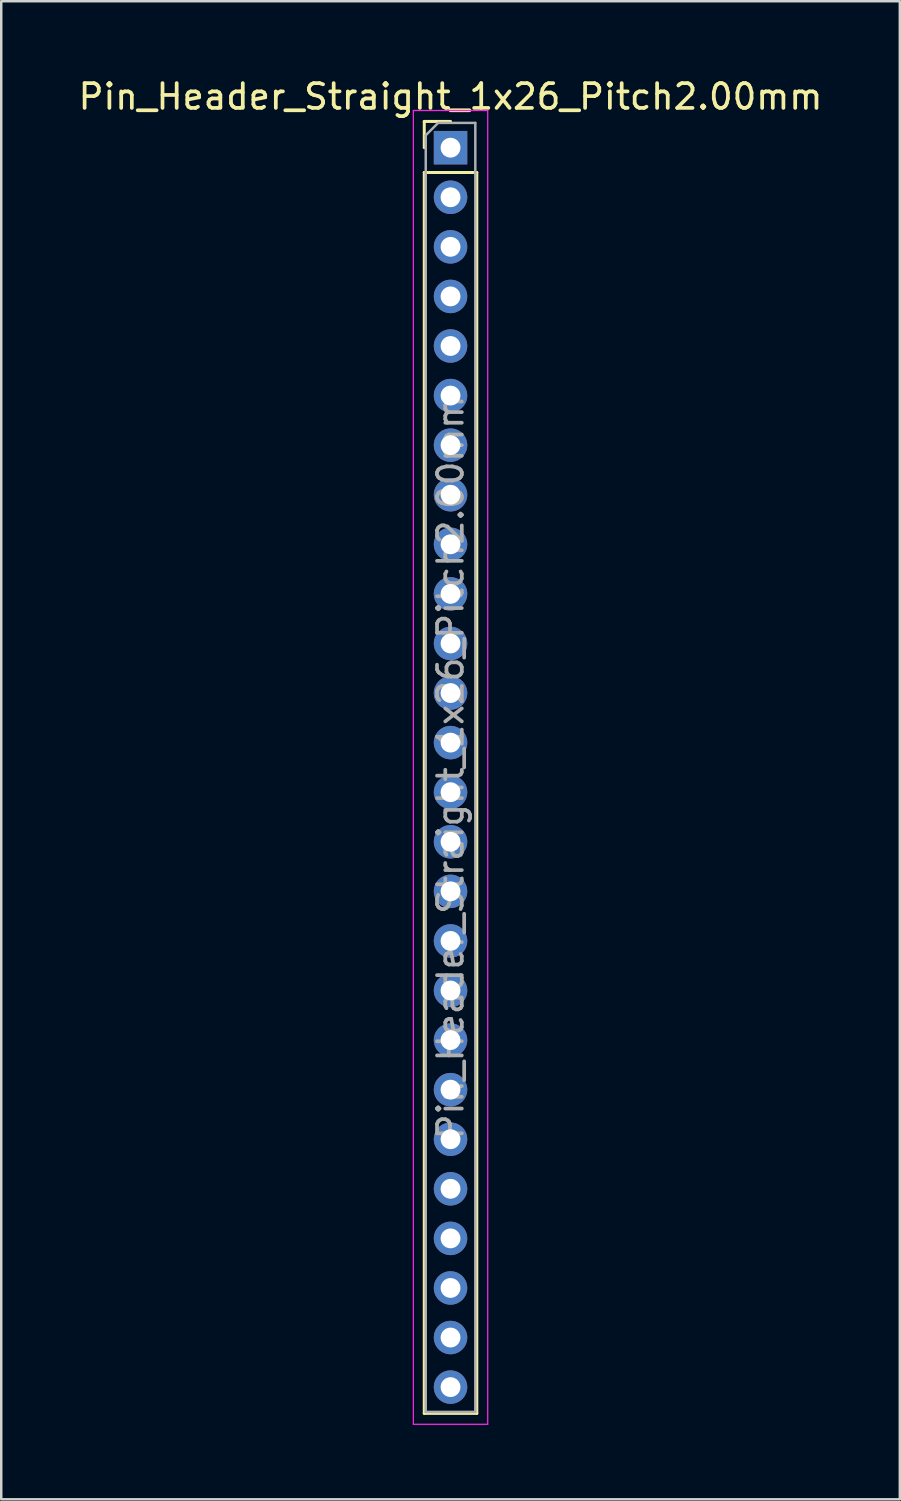
<source format=kicad_pcb>
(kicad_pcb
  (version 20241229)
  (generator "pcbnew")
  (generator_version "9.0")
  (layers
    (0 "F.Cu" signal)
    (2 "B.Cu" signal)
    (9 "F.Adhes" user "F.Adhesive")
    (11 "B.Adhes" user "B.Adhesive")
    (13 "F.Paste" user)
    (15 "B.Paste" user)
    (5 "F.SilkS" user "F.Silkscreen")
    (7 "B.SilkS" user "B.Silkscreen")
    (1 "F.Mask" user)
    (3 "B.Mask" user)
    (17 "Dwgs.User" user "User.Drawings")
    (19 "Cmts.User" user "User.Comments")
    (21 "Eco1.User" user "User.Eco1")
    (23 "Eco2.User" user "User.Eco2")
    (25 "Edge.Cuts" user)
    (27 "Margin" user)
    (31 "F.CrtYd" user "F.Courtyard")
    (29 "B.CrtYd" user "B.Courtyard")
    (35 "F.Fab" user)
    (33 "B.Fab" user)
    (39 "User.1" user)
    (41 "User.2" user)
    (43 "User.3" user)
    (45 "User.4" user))
  (footprint "Pin_Header_Straight_1x26_Pitch2.00mm"
    (layer "F.Cu")
    (at 15.125 2.908)
    (property "Reference" "Pin_Header_Straight_1x26_Pitch2.00mm" (at 0 -2.06 0) (layer "F.SilkS") (effects (font (size 1 1) (thickness 0.15))))
    (attr through_hole)
    (fp_line (start -1.06 -1.06) (end 0 -1.06) (stroke (width 0.12) (type solid)) (layer "F.SilkS"))
    (fp_line (start -1.06 0) (end -1.06 -1.06) (stroke (width 0.12) (type solid)) (layer "F.SilkS"))
    (fp_line (start -1.06 1) (end -1.06 51.06) (stroke (width 0.12) (type solid)) (layer "F.SilkS"))
    (fp_line (start -1.06 51.06) (end 1.06 51.06) (stroke (width 0.12) (type solid)) (layer "F.SilkS"))
    (fp_line (start 1.06 1) (end -1.06 1) (stroke (width 0.12) (type solid)) (layer "F.SilkS"))
    (fp_line (start 1.06 51.06) (end 1.06 1) (stroke (width 0.12) (type solid)) (layer "F.SilkS"))
    (fp_line (start -1.5 -1.5) (end -1.5 51.5) (stroke (width 0.05) (type solid)) (layer "F.CrtYd"))
    (fp_line (start -1.5 51.5) (end 1.5 51.5) (stroke (width 0.05) (type solid)) (layer "F.CrtYd"))
    (fp_line (start 1.5 -1.5) (end -1.5 -1.5) (stroke (width 0.05) (type solid)) (layer "F.CrtYd"))
    (fp_line (start 1.5 51.5) (end 1.5 -1.5) (stroke (width 0.05) (type solid)) (layer "F.CrtYd"))
    (fp_line (start -1 -0.5) (end -0.5 -1) (stroke (width 0.1) (type solid)) (layer "F.Fab"))
    (fp_line (start -1 51) (end -1 -0.5) (stroke (width 0.1) (type solid)) (layer "F.Fab"))
    (fp_line (start -0.5 -1) (end 1 -1) (stroke (width 0.1) (type solid)) (layer "F.Fab"))
    (fp_line (start 1 -1) (end 1 51) (stroke (width 0.1) (type solid)) (layer "F.Fab"))
    (fp_line (start 1 51) (end -1 51) (stroke (width 0.1) (type solid)) (layer "F.Fab"))
    (fp_text user "${REFERENCE}" (at 0 25 90) (layer "F.Fab") (effects (font (size 1 1) (thickness 0.15))))
    (pad "1" thru_hole rect (at 0 0) (size 1.35 1.35) (drill 0.8) (layers "*.Cu" "*.Mask"))
    (pad "2" thru_hole oval (at 0 2) (size 1.35 1.35) (drill 0.8) (layers "*.Cu" "*.Mask"))
    (pad "3" thru_hole oval (at 0 4) (size 1.35 1.35) (drill 0.8) (layers "*.Cu" "*.Mask"))
    (pad "4" thru_hole oval (at 0 6) (size 1.35 1.35) (drill 0.8) (layers "*.Cu" "*.Mask"))
    (pad "5" thru_hole oval (at 0 8) (size 1.35 1.35) (drill 0.8) (layers "*.Cu" "*.Mask"))
    (pad "6" thru_hole oval (at 0 10) (size 1.35 1.35) (drill 0.8) (layers "*.Cu" "*.Mask"))
    (pad "7" thru_hole oval (at 0 12) (size 1.35 1.35) (drill 0.8) (layers "*.Cu" "*.Mask"))
    (pad "8" thru_hole oval (at 0 14) (size 1.35 1.35) (drill 0.8) (layers "*.Cu" "*.Mask"))
    (pad "9" thru_hole oval (at 0 16) (size 1.35 1.35) (drill 0.8) (layers "*.Cu" "*.Mask"))
    (pad "10" thru_hole oval (at 0 18) (size 1.35 1.35) (drill 0.8) (layers "*.Cu" "*.Mask"))
    (pad "11" thru_hole oval (at 0 20) (size 1.35 1.35) (drill 0.8) (layers "*.Cu" "*.Mask"))
    (pad "12" thru_hole oval (at 0 22) (size 1.35 1.35) (drill 0.8) (layers "*.Cu" "*.Mask"))
    (pad "13" thru_hole oval (at 0 24) (size 1.35 1.35) (drill 0.8) (layers "*.Cu" "*.Mask"))
    (pad "14" thru_hole oval (at 0 26) (size 1.35 1.35) (drill 0.8) (layers "*.Cu" "*.Mask"))
    (pad "15" thru_hole oval (at 0 28) (size 1.35 1.35) (drill 0.8) (layers "*.Cu" "*.Mask"))
    (pad "16" thru_hole oval (at 0 30) (size 1.35 1.35) (drill 0.8) (layers "*.Cu" "*.Mask"))
    (pad "17" thru_hole oval (at 0 32) (size 1.35 1.35) (drill 0.8) (layers "*.Cu" "*.Mask"))
    (pad "18" thru_hole oval (at 0 34) (size 1.35 1.35) (drill 0.8) (layers "*.Cu" "*.Mask"))
    (pad "19" thru_hole oval (at 0 36) (size 1.35 1.35) (drill 0.8) (layers "*.Cu" "*.Mask"))
    (pad "20" thru_hole oval (at 0 38) (size 1.35 1.35) (drill 0.8) (layers "*.Cu" "*.Mask"))
    (pad "21" thru_hole oval (at 0 40) (size 1.35 1.35) (drill 0.8) (layers "*.Cu" "*.Mask"))
    (pad "22" thru_hole oval (at 0 42) (size 1.35 1.35) (drill 0.8) (layers "*.Cu" "*.Mask"))
    (pad "23" thru_hole oval (at 0 44) (size 1.35 1.35) (drill 0.8) (layers "*.Cu" "*.Mask"))
    (pad "24" thru_hole oval (at 0 46) (size 1.35 1.35) (drill 0.8) (layers "*.Cu" "*.Mask"))
    (pad "25" thru_hole oval (at 0 48) (size 1.35 1.35) (drill 0.8) (layers "*.Cu" "*.Mask"))
    (pad "26" thru_hole oval (at 0 50) (size 1.35 1.35) (drill 0.8) (layers "*.Cu" "*.Mask")))
  (gr_rect
    (start -3 -3)
    (end 33.25 57.433)
    (stroke (width 0.1) (type default))
    (fill no)
    (layer "Edge.Cuts")))
</source>
